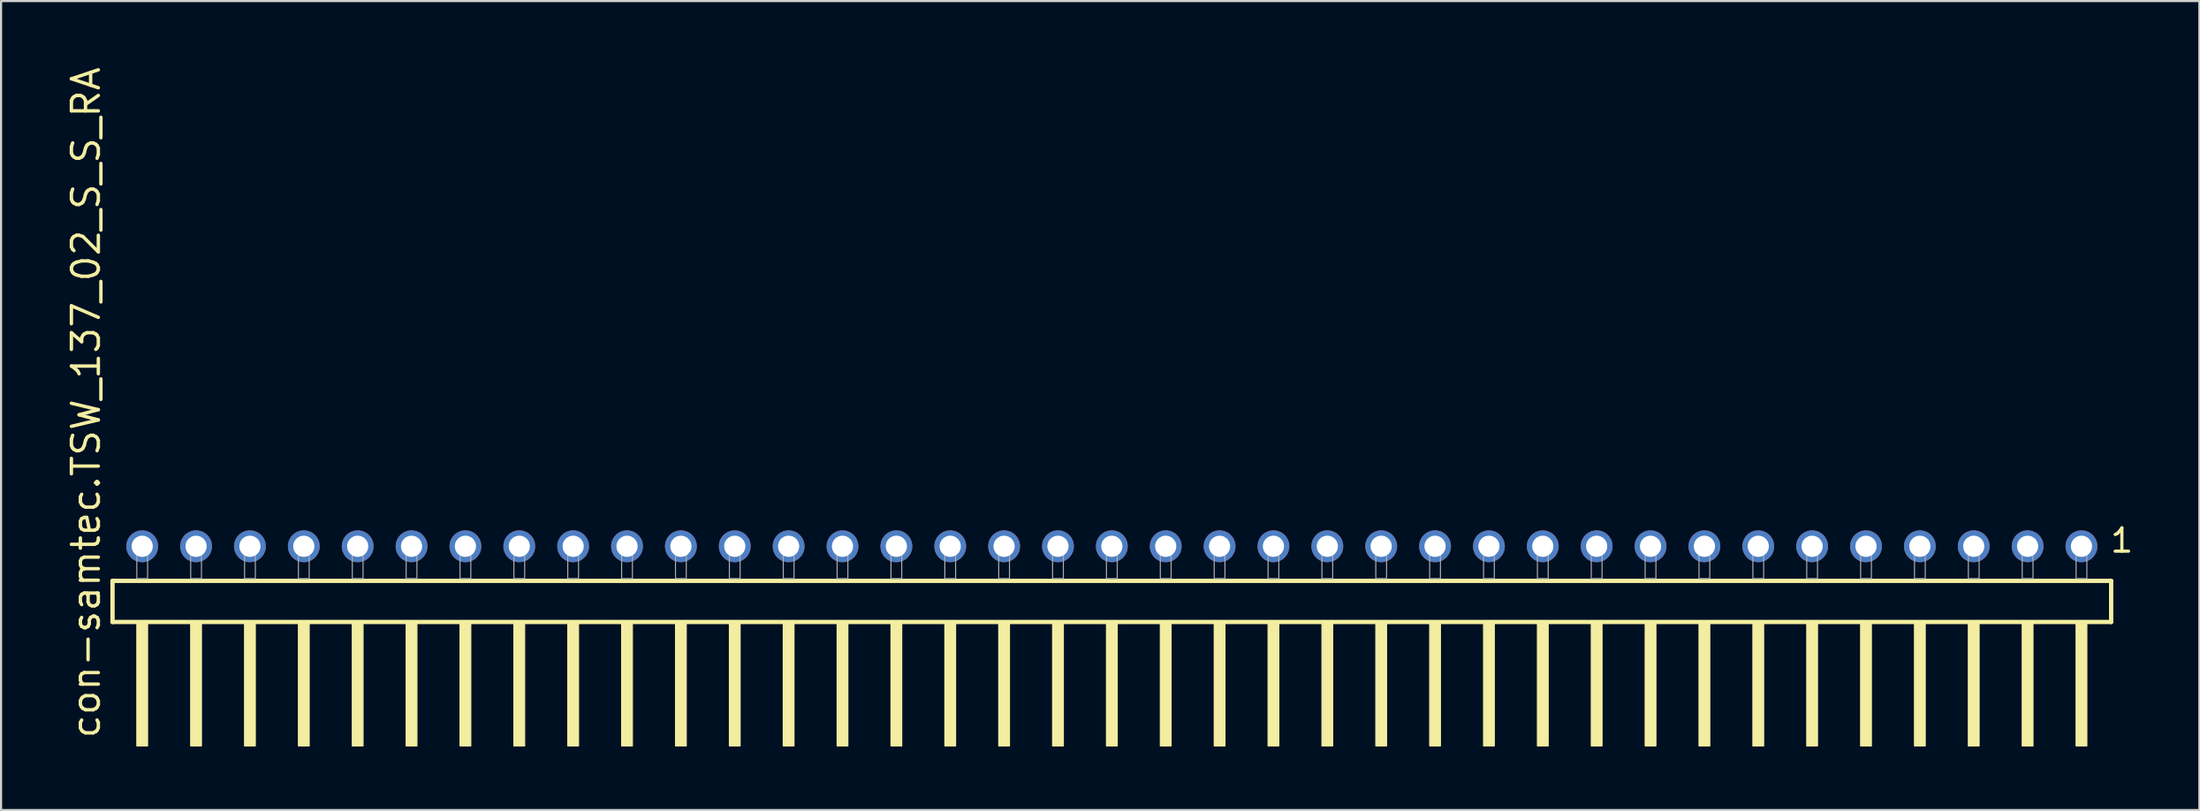
<source format=kicad_pcb>
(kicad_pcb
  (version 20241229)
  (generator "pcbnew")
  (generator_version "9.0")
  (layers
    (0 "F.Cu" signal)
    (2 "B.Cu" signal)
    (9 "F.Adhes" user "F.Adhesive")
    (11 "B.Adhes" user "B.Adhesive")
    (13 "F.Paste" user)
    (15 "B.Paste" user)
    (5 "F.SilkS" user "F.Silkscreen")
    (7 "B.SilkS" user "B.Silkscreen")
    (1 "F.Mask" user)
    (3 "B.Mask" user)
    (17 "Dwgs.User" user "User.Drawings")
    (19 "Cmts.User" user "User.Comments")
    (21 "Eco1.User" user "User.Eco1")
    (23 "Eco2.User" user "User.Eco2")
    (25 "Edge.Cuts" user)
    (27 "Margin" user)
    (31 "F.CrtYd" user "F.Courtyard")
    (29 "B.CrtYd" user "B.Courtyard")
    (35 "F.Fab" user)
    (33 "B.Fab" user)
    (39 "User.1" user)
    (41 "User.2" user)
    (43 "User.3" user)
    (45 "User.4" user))
  (footprint "con-samtec.TSW_137_02_S_S_RA"
    (layer "F.Cu")
    (at 49.375 24.235)
    (property "Reference" "con-samtec.TSW_137_02_S_S_RA" (at -47.625 7.62 90) (layer "F.SilkS") (effects (font (size 1.27 1.27) (thickness 0.16)) (justify left bottom)))
    (attr through_hole)
    (fp_line (start -47.119 0.106) (end -47.119 2.046) (stroke (width 0.203) (type default)) (layer "F.SilkS"))
    (fp_line (start -47.119 2.046) (end 47.119 2.046) (stroke (width 0.203) (type default)) (layer "F.SilkS"))
    (fp_line (start 47.119 0.106) (end -47.119 0.106) (stroke (width 0.203) (type default)) (layer "F.SilkS"))
    (fp_line (start 47.119 2.046) (end 47.119 0.106) (stroke (width 0.203) (type default)) (layer "F.SilkS"))
    (fp_rect (start -45.974 7.89) (end -45.466 2.04) (stroke (width 0.05) (type default)) (fill yes) (layer "F.SilkS"))
    (fp_rect (start -43.434 7.89) (end -42.926 2.04) (stroke (width 0.05) (type default)) (fill yes) (layer "F.SilkS"))
    (fp_rect (start -40.894 7.89) (end -40.386 2.04) (stroke (width 0.05) (type default)) (fill yes) (layer "F.SilkS"))
    (fp_rect (start -38.354 7.89) (end -37.846 2.04) (stroke (width 0.05) (type default)) (fill yes) (layer "F.SilkS"))
    (fp_rect (start -35.814 7.89) (end -35.306 2.04) (stroke (width 0.05) (type default)) (fill yes) (layer "F.SilkS"))
    (fp_rect (start -33.274 7.89) (end -32.766 2.04) (stroke (width 0.05) (type default)) (fill yes) (layer "F.SilkS"))
    (fp_rect (start -30.734 7.89) (end -30.226 2.04) (stroke (width 0.05) (type default)) (fill yes) (layer "F.SilkS"))
    (fp_rect (start -28.194 7.89) (end -27.686 2.04) (stroke (width 0.05) (type default)) (fill yes) (layer "F.SilkS"))
    (fp_rect (start -25.654 7.89) (end -25.146 2.04) (stroke (width 0.05) (type default)) (fill yes) (layer "F.SilkS"))
    (fp_rect (start -23.114 7.89) (end -22.606 2.04) (stroke (width 0.05) (type default)) (fill yes) (layer "F.SilkS"))
    (fp_rect (start -20.574 7.89) (end -20.066 2.04) (stroke (width 0.05) (type default)) (fill yes) (layer "F.SilkS"))
    (fp_rect (start -18.034 7.89) (end -17.526 2.04) (stroke (width 0.05) (type default)) (fill yes) (layer "F.SilkS"))
    (fp_rect (start -15.494 7.89) (end -14.986 2.04) (stroke (width 0.05) (type default)) (fill yes) (layer "F.SilkS"))
    (fp_rect (start -12.954 7.89) (end -12.446 2.04) (stroke (width 0.05) (type default)) (fill yes) (layer "F.SilkS"))
    (fp_rect (start -10.414 7.89) (end -9.906 2.04) (stroke (width 0.05) (type default)) (fill yes) (layer "F.SilkS"))
    (fp_rect (start -7.874 7.89) (end -7.366 2.04) (stroke (width 0.05) (type default)) (fill yes) (layer "F.SilkS"))
    (fp_rect (start -5.334 7.89) (end -4.826 2.04) (stroke (width 0.05) (type default)) (fill yes) (layer "F.SilkS"))
    (fp_rect (start -2.794 7.89) (end -2.286 2.04) (stroke (width 0.05) (type default)) (fill yes) (layer "F.SilkS"))
    (fp_rect (start -0.254 7.89) (end 0.254 2.04) (stroke (width 0.05) (type default)) (fill yes) (layer "F.SilkS"))
    (fp_rect (start 2.286 7.89) (end 2.794 2.04) (stroke (width 0.05) (type default)) (fill yes) (layer "F.SilkS"))
    (fp_rect (start 4.826 7.89) (end 5.334 2.04) (stroke (width 0.05) (type default)) (fill yes) (layer "F.SilkS"))
    (fp_rect (start 7.366 7.89) (end 7.874 2.04) (stroke (width 0.05) (type default)) (fill yes) (layer "F.SilkS"))
    (fp_rect (start 9.906 7.89) (end 10.414 2.04) (stroke (width 0.05) (type default)) (fill yes) (layer "F.SilkS"))
    (fp_rect (start 12.446 7.89) (end 12.954 2.04) (stroke (width 0.05) (type default)) (fill yes) (layer "F.SilkS"))
    (fp_rect (start 14.986 7.89) (end 15.494 2.04) (stroke (width 0.05) (type default)) (fill yes) (layer "F.SilkS"))
    (fp_rect (start 17.526 7.89) (end 18.034 2.04) (stroke (width 0.05) (type default)) (fill yes) (layer "F.SilkS"))
    (fp_rect (start 20.066 7.89) (end 20.574 2.04) (stroke (width 0.05) (type default)) (fill yes) (layer "F.SilkS"))
    (fp_rect (start 22.606 7.89) (end 23.114 2.04) (stroke (width 0.05) (type default)) (fill yes) (layer "F.SilkS"))
    (fp_rect (start 25.146 7.89) (end 25.654 2.04) (stroke (width 0.05) (type default)) (fill yes) (layer "F.SilkS"))
    (fp_rect (start 27.686 7.89) (end 28.194 2.04) (stroke (width 0.05) (type default)) (fill yes) (layer "F.SilkS"))
    (fp_rect (start 30.226 7.89) (end 30.734 2.04) (stroke (width 0.05) (type default)) (fill yes) (layer "F.SilkS"))
    (fp_rect (start 32.766 7.89) (end 33.274 2.04) (stroke (width 0.05) (type default)) (fill yes) (layer "F.SilkS"))
    (fp_rect (start 35.306 7.89) (end 35.814 2.04) (stroke (width 0.05) (type default)) (fill yes) (layer "F.SilkS"))
    (fp_rect (start 37.846 7.89) (end 38.354 2.04) (stroke (width 0.05) (type default)) (fill yes) (layer "F.SilkS"))
    (fp_rect (start 40.386 7.89) (end 40.894 2.04) (stroke (width 0.05) (type default)) (fill yes) (layer "F.SilkS"))
    (fp_rect (start 42.926 7.89) (end 43.434 2.04) (stroke (width 0.05) (type default)) (fill yes) (layer "F.SilkS"))
    (fp_rect (start 45.466 7.89) (end 45.974 2.04) (stroke (width 0.05) (type default)) (fill yes) (layer "F.SilkS"))
    (fp_rect (start -45.974 0) (end -45.466 -1.778) (stroke (width 0.05) (type default)) (fill no) (layer "F.Fab"))
    (fp_rect (start -43.434 0) (end -42.926 -1.778) (stroke (width 0.05) (type default)) (fill no) (layer "F.Fab"))
    (fp_rect (start -40.894 0) (end -40.386 -1.778) (stroke (width 0.05) (type default)) (fill no) (layer "F.Fab"))
    (fp_rect (start -38.354 0) (end -37.846 -1.778) (stroke (width 0.05) (type default)) (fill no) (layer "F.Fab"))
    (fp_rect (start -35.814 0) (end -35.306 -1.778) (stroke (width 0.05) (type default)) (fill no) (layer "F.Fab"))
    (fp_rect (start -33.274 0) (end -32.766 -1.778) (stroke (width 0.05) (type default)) (fill no) (layer "F.Fab"))
    (fp_rect (start -30.734 0) (end -30.226 -1.778) (stroke (width 0.05) (type default)) (fill no) (layer "F.Fab"))
    (fp_rect (start -28.194 0) (end -27.686 -1.778) (stroke (width 0.05) (type default)) (fill no) (layer "F.Fab"))
    (fp_rect (start -25.654 0) (end -25.146 -1.778) (stroke (width 0.05) (type default)) (fill no) (layer "F.Fab"))
    (fp_rect (start -23.114 0) (end -22.606 -1.778) (stroke (width 0.05) (type default)) (fill no) (layer "F.Fab"))
    (fp_rect (start -20.574 0) (end -20.066 -1.778) (stroke (width 0.05) (type default)) (fill no) (layer "F.Fab"))
    (fp_rect (start -18.034 0) (end -17.526 -1.778) (stroke (width 0.05) (type default)) (fill no) (layer "F.Fab"))
    (fp_rect (start -15.494 0) (end -14.986 -1.778) (stroke (width 0.05) (type default)) (fill no) (layer "F.Fab"))
    (fp_rect (start -12.954 0) (end -12.446 -1.778) (stroke (width 0.05) (type default)) (fill no) (layer "F.Fab"))
    (fp_rect (start -10.414 0) (end -9.906 -1.778) (stroke (width 0.05) (type default)) (fill no) (layer "F.Fab"))
    (fp_rect (start -7.874 0) (end -7.366 -1.778) (stroke (width 0.05) (type default)) (fill no) (layer "F.Fab"))
    (fp_rect (start -5.334 0) (end -4.826 -1.778) (stroke (width 0.05) (type default)) (fill no) (layer "F.Fab"))
    (fp_rect (start -2.794 0) (end -2.286 -1.778) (stroke (width 0.05) (type default)) (fill no) (layer "F.Fab"))
    (fp_rect (start -0.254 0) (end 0.254 -1.778) (stroke (width 0.05) (type default)) (fill no) (layer "F.Fab"))
    (fp_rect (start 2.286 0) (end 2.794 -1.778) (stroke (width 0.05) (type default)) (fill no) (layer "F.Fab"))
    (fp_rect (start 4.826 0) (end 5.334 -1.778) (stroke (width 0.05) (type default)) (fill no) (layer "F.Fab"))
    (fp_rect (start 7.366 0) (end 7.874 -1.778) (stroke (width 0.05) (type default)) (fill no) (layer "F.Fab"))
    (fp_rect (start 9.906 0) (end 10.414 -1.778) (stroke (width 0.05) (type default)) (fill no) (layer "F.Fab"))
    (fp_rect (start 12.446 0) (end 12.954 -1.778) (stroke (width 0.05) (type default)) (fill no) (layer "F.Fab"))
    (fp_rect (start 14.986 0) (end 15.494 -1.778) (stroke (width 0.05) (type default)) (fill no) (layer "F.Fab"))
    (fp_rect (start 17.526 0) (end 18.034 -1.778) (stroke (width 0.05) (type default)) (fill no) (layer "F.Fab"))
    (fp_rect (start 20.066 0) (end 20.574 -1.778) (stroke (width 0.05) (type default)) (fill no) (layer "F.Fab"))
    (fp_rect (start 22.606 0) (end 23.114 -1.778) (stroke (width 0.05) (type default)) (fill no) (layer "F.Fab"))
    (fp_rect (start 25.146 0) (end 25.654 -1.778) (stroke (width 0.05) (type default)) (fill no) (layer "F.Fab"))
    (fp_rect (start 27.686 0) (end 28.194 -1.778) (stroke (width 0.05) (type default)) (fill no) (layer "F.Fab"))
    (fp_rect (start 30.226 0) (end 30.734 -1.778) (stroke (width 0.05) (type default)) (fill no) (layer "F.Fab"))
    (fp_rect (start 32.766 0) (end 33.274 -1.778) (stroke (width 0.05) (type default)) (fill no) (layer "F.Fab"))
    (fp_rect (start 35.306 0) (end 35.814 -1.778) (stroke (width 0.05) (type default)) (fill no) (layer "F.Fab"))
    (fp_rect (start 37.846 0) (end 38.354 -1.778) (stroke (width 0.05) (type default)) (fill no) (layer "F.Fab"))
    (fp_rect (start 40.386 0) (end 40.894 -1.778) (stroke (width 0.05) (type default)) (fill no) (layer "F.Fab"))
    (fp_rect (start 42.926 0) (end 43.434 -1.778) (stroke (width 0.05) (type default)) (fill no) (layer "F.Fab"))
    (fp_rect (start 45.466 0) (end 45.974 -1.778) (stroke (width 0.05) (type default)) (fill no) (layer "F.Fab"))
    (fp_text user "1" (at 47.002 -1.152 0) (layer "F.SilkS") (effects (font (size 1.1 1.1) (thickness 0.15)) (justify left bottom)))
    (pad "1" thru_hole circle (at 45.72 -1.524 180) (size 1.5 1.5) (drill 1) (layers "*.Cu" "*.Mask"))
    (pad "2" thru_hole circle (at 43.18 -1.524 180) (size 1.5 1.5) (drill 1) (layers "*.Cu" "*.Mask"))
    (pad "3" thru_hole circle (at 40.64 -1.524 180) (size 1.5 1.5) (drill 1) (layers "*.Cu" "*.Mask"))
    (pad "4" thru_hole circle (at 38.1 -1.524 180) (size 1.5 1.5) (drill 1) (layers "*.Cu" "*.Mask"))
    (pad "5" thru_hole circle (at 35.56 -1.524 180) (size 1.5 1.5) (drill 1) (layers "*.Cu" "*.Mask"))
    (pad "6" thru_hole circle (at 33.02 -1.524 180) (size 1.5 1.5) (drill 1) (layers "*.Cu" "*.Mask"))
    (pad "7" thru_hole circle (at 30.48 -1.524 180) (size 1.5 1.5) (drill 1) (layers "*.Cu" "*.Mask"))
    (pad "8" thru_hole circle (at 27.94 -1.524 180) (size 1.5 1.5) (drill 1) (layers "*.Cu" "*.Mask"))
    (pad "9" thru_hole circle (at 25.4 -1.524 180) (size 1.5 1.5) (drill 1) (layers "*.Cu" "*.Mask"))
    (pad "10" thru_hole circle (at 22.86 -1.524 180) (size 1.5 1.5) (drill 1) (layers "*.Cu" "*.Mask"))
    (pad "11" thru_hole circle (at 20.32 -1.524 180) (size 1.5 1.5) (drill 1) (layers "*.Cu" "*.Mask"))
    (pad "12" thru_hole circle (at 17.78 -1.524 180) (size 1.5 1.5) (drill 1) (layers "*.Cu" "*.Mask"))
    (pad "13" thru_hole circle (at 15.24 -1.524 180) (size 1.5 1.5) (drill 1) (layers "*.Cu" "*.Mask"))
    (pad "14" thru_hole circle (at 12.7 -1.524 180) (size 1.5 1.5) (drill 1) (layers "*.Cu" "*.Mask"))
    (pad "15" thru_hole circle (at 10.16 -1.524 180) (size 1.5 1.5) (drill 1) (layers "*.Cu" "*.Mask"))
    (pad "16" thru_hole circle (at 7.62 -1.524 180) (size 1.5 1.5) (drill 1) (layers "*.Cu" "*.Mask"))
    (pad "17" thru_hole circle (at 5.08 -1.524 180) (size 1.5 1.5) (drill 1) (layers "*.Cu" "*.Mask"))
    (pad "18" thru_hole circle (at 2.54 -1.524 180) (size 1.5 1.5) (drill 1) (layers "*.Cu" "*.Mask"))
    (pad "19" thru_hole circle (at 0 -1.524 180) (size 1.5 1.5) (drill 1) (layers "*.Cu" "*.Mask"))
    (pad "20" thru_hole circle (at -2.54 -1.524 180) (size 1.5 1.5) (drill 1) (layers "*.Cu" "*.Mask"))
    (pad "21" thru_hole circle (at -5.08 -1.524 180) (size 1.5 1.5) (drill 1) (layers "*.Cu" "*.Mask"))
    (pad "22" thru_hole circle (at -7.62 -1.524 180) (size 1.5 1.5) (drill 1) (layers "*.Cu" "*.Mask"))
    (pad "23" thru_hole circle (at -10.16 -1.524 180) (size 1.5 1.5) (drill 1) (layers "*.Cu" "*.Mask"))
    (pad "24" thru_hole circle (at -12.7 -1.524 180) (size 1.5 1.5) (drill 1) (layers "*.Cu" "*.Mask"))
    (pad "25" thru_hole circle (at -15.24 -1.524 180) (size 1.5 1.5) (drill 1) (layers "*.Cu" "*.Mask"))
    (pad "26" thru_hole circle (at -17.78 -1.524 180) (size 1.5 1.5) (drill 1) (layers "*.Cu" "*.Mask"))
    (pad "27" thru_hole circle (at -20.32 -1.524 180) (size 1.5 1.5) (drill 1) (layers "*.Cu" "*.Mask"))
    (pad "28" thru_hole circle (at -22.86 -1.524 180) (size 1.5 1.5) (drill 1) (layers "*.Cu" "*.Mask"))
    (pad "29" thru_hole circle (at -25.4 -1.524 180) (size 1.5 1.5) (drill 1) (layers "*.Cu" "*.Mask"))
    (pad "30" thru_hole circle (at -27.94 -1.524 180) (size 1.5 1.5) (drill 1) (layers "*.Cu" "*.Mask"))
    (pad "31" thru_hole circle (at -30.48 -1.524 180) (size 1.5 1.5) (drill 1) (layers "*.Cu" "*.Mask"))
    (pad "32" thru_hole circle (at -33.02 -1.524 180) (size 1.5 1.5) (drill 1) (layers "*.Cu" "*.Mask"))
    (pad "33" thru_hole circle (at -35.56 -1.524 180) (size 1.5 1.5) (drill 1) (layers "*.Cu" "*.Mask"))
    (pad "34" thru_hole circle (at -38.1 -1.524 180) (size 1.5 1.5) (drill 1) (layers "*.Cu" "*.Mask"))
    (pad "35" thru_hole circle (at -40.64 -1.524 180) (size 1.5 1.5) (drill 1) (layers "*.Cu" "*.Mask"))
    (pad "36" thru_hole circle (at -43.18 -1.524 180) (size 1.5 1.5) (drill 1) (layers "*.Cu" "*.Mask"))
    (pad "37" thru_hole circle (at -45.72 -1.524 180) (size 1.5 1.5) (drill 1) (layers "*.Cu" "*.Mask")))
  (gr_rect
    (start -3 -3)
    (end 100.655 35.15)
    (stroke (width 0.1) (type default))
    (fill no)
    (layer "Edge.Cuts")))
</source>
